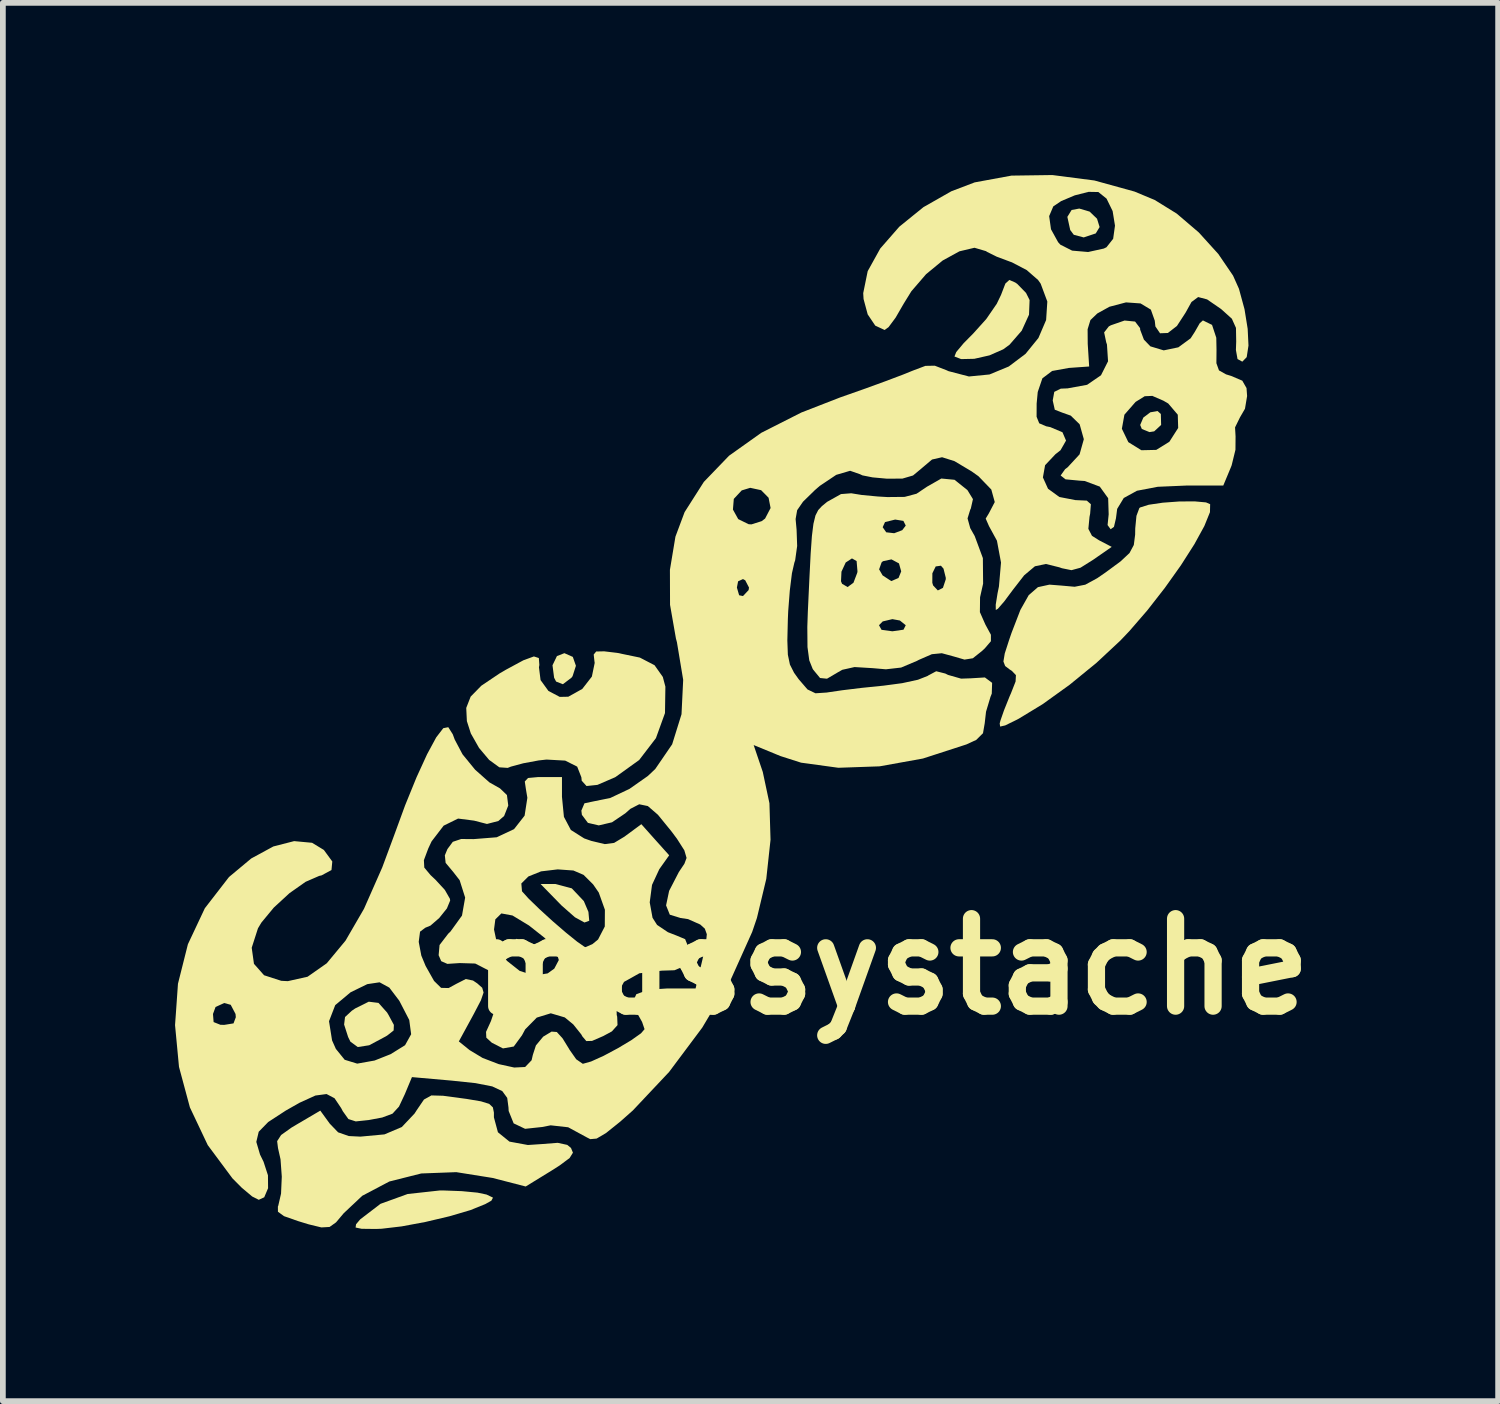
<source format=kicad_pcb>
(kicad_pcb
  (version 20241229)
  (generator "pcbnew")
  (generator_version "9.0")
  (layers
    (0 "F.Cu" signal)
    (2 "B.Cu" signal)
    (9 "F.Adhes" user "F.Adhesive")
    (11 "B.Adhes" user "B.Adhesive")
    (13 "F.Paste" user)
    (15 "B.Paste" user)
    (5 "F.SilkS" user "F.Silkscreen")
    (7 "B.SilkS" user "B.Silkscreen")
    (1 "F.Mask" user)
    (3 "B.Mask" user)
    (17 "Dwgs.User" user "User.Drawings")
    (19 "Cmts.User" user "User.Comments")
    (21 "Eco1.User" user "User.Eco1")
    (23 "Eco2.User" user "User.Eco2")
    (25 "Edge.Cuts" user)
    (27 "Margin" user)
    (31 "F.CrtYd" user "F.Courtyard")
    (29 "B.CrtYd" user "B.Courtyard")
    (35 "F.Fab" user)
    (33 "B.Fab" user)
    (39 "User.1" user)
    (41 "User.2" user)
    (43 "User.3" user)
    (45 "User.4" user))
  (footprint "mussystache"
    (layer "F.Cu")
    (at 12.499 13.792)
    (property "Reference" "mussystache" (at 0 0 0) (layer "F.SilkS") (effects (font (size 1.524 1.524) (thickness 0.3))))
    (attr board_only exclude_from_pos_files exclude_from_bom)
    (fp_poly (pts (xy -6.431 -0.44) (xy -6.329 -0.355) (xy -6.216 -0.226) (xy -6.226 -0.175) (xy -6.278 -0.169) (xy -6.443 -0.23) (xy -6.521 -0.298) (xy -6.594 -0.433) (xy -6.552 -0.484)) (stroke (width 0) (type solid)) (fill yes) (layer "F.SilkS"))
    (fp_poly (pts (xy 4.678 -9.629) (xy 4.683 -9.438) (xy 4.562 -9.326) (xy 4.48 -9.313) (xy 4.347 -9.367) (xy 4.318 -9.437) (xy 4.373 -9.566) (xy 4.495 -9.658) (xy 4.62 -9.68)) (stroke (width 0) (type solid)) (fill yes) (layer "F.SilkS"))
    (fp_poly (pts (xy -5.586 -1.363) (xy -5.376 -1.141) (xy -5.296 -0.953) (xy -5.282 -0.798) (xy -5.365 -0.768) (xy -5.531 -0.859) (xy -5.766 -1.066) (xy -5.8 -1.101) (xy -6.13 -1.439) (xy -5.872 -1.439)) (stroke (width 0) (type solid)) (fill yes) (layer "F.SilkS"))
    (fp_poly (pts (xy -5.568 -5.396) (xy -5.514 -5.241) (xy -5.572 -5.06) (xy -5.591 -5.034) (xy -5.741 -4.92) (xy -5.859 -4.966) (xy -5.894 -5.033) (xy -5.922 -5.25) (xy -5.845 -5.41) (xy -5.715 -5.461)) (stroke (width 0) (type solid)) (fill yes) (layer "F.SilkS"))
    (fp_poly (pts (xy 3.437 -13.155) (xy 3.566 -13.031) (xy 3.611 -12.886) (xy 3.544 -12.775) (xy 3.334 -12.705) (xy 3.161 -12.751) (xy 3.099 -12.834) (xy 3.049 -13.063) (xy 3.123 -13.183) (xy 3.257 -13.208)) (stroke (width 0) (type solid)) (fill yes) (layer "F.SilkS"))
    (fp_poly (pts (xy -8.954 0.633) (xy -8.804 0.801) (xy -8.779 0.843) (xy -8.686 1.016) (xy -8.69 1.113) (xy -8.8 1.2) (xy -8.824 1.215) (xy -9.116 1.371) (xy -9.315 1.402) (xy -9.443 1.309) (xy -9.483 1.228) (xy -9.553 1.01) (xy -9.537 0.879) (xy -9.418 0.769) (xy -9.359 0.729) (xy -9.124 0.612)) (stroke (width 0) (type solid)) (fill yes) (layer "F.SilkS"))
    (fp_poly (pts (xy -7.826 3.901) (xy -7.503 3.913) (xy -7.23 3.939) (xy -7.072 3.972) (xy -6.959 4.026) (xy -6.987 4.079) (xy -7.094 4.139) (xy -7.351 4.243) (xy -7.718 4.351) (xy -8.137 4.45) (xy -8.55 4.527) (xy -8.899 4.568) (xy -9.001 4.572) (xy -9.248 4.569) (xy -9.353 4.547) (xy -9.345 4.49) (xy -9.273 4.405) (xy -8.919 4.134) (xy -8.447 3.963) (xy -7.884 3.901)) (stroke (width 0) (type solid)) (fill yes) (layer "F.SilkS"))
    (fp_poly (pts (xy 2.14 -11.92) (xy 2.175 -11.896) (xy 2.329 -11.738) (xy 2.391 -11.614) (xy 2.381 -11.359) (xy 2.254 -11.08) (xy 2.042 -10.836) (xy 1.931 -10.755) (xy 1.692 -10.65) (xy 1.427 -10.59) (xy 1.198 -10.585) (xy 1.082 -10.63) (xy 1.113 -10.708) (xy 1.242 -10.862) (xy 1.41 -11.032) (xy 1.636 -11.283) (xy 1.819 -11.549) (xy 1.893 -11.703) (xy 1.969 -11.901) (xy 2.038 -11.964)) (stroke (width 0) (type solid)) (fill yes) (layer "F.SilkS"))
    (fp_poly (pts (xy -4.795 -5.466) (xy -4.4 -5.384) (xy -4.144 -5.251) (xy -4 -5.047) (xy -3.955 -4.878) (xy -3.962 -4.417) (xy -4.12 -3.98) (xy -4.412 -3.599) (xy -4.821 -3.305) (xy -4.833 -3.298) (xy -5.139 -3.166) (xy -5.329 -3.146) (xy -5.413 -3.238) (xy -5.419 -3.299) (xy -5.492 -3.484) (xy -5.701 -3.589) (xy -6.027 -3.607) (xy -6.163 -3.592) (xy -6.432 -3.542) (xy -6.647 -3.484) (xy -6.702 -3.462) (xy -6.848 -3.472) (xy -7.026 -3.601) (xy -7.202 -3.81) (xy -7.345 -4.062) (xy -7.414 -4.277) (xy -7.425 -4.507) (xy -7.348 -4.704) (xy -7.162 -4.894) (xy -6.844 -5.108) (xy -6.731 -5.174) (xy -6.429 -5.337) (xy -6.246 -5.404) (xy -6.16 -5.376) (xy -6.151 -5.256) (xy -6.158 -5.215) (xy -6.13 -4.992) (xy -5.993 -4.803) (xy -5.796 -4.699) (xy -5.647 -4.702) (xy -5.403 -4.838) (xy -5.236 -5.053) (xy -5.187 -5.291) (xy -5.191 -5.319) (xy -5.204 -5.437) (xy -5.161 -5.49) (xy -5.022 -5.493)) (stroke (width 0) (type solid)) (fill yes) (layer "F.SilkS"))
    (fp_poly (pts (xy 5.465 -8.088) (xy 5.537 -8.057) (xy 5.534 -7.918) (xy 5.436 -7.676) (xy 5.262 -7.359) (xy 5.027 -6.991) (xy 4.748 -6.599) (xy 4.444 -6.209) (xy 4.13 -5.846) (xy 3.973 -5.681) (xy 3.557 -5.293) (xy 3.088 -4.91) (xy 2.618 -4.572) (xy 2.202 -4.319) (xy 2.168 -4.301) (xy 1.966 -4.202) (xy 1.878 -4.182) (xy 1.87 -4.237) (xy 1.884 -4.289) (xy 1.946 -4.467) (xy 2.043 -4.709) (xy 2.066 -4.761) (xy 2.147 -4.967) (xy 2.153 -5.078) (xy 2.081 -5.153) (xy 2.045 -5.176) (xy 1.965 -5.237) (xy 1.935 -5.316) (xy 1.958 -5.455) (xy 2.036 -5.697) (xy 2.077 -5.816) (xy 2.231 -6.215) (xy 2.376 -6.472) (xy 2.536 -6.611) (xy 2.737 -6.655) (xy 2.942 -6.639) (xy 3.176 -6.618) (xy 3.361 -6.654) (xy 3.569 -6.767) (xy 3.71 -6.864) (xy 3.976 -7.06) (xy 4.132 -7.206) (xy 4.207 -7.346) (xy 4.23 -7.525) (xy 4.232 -7.636) (xy 4.253 -7.854) (xy 4.303 -7.988) (xy 4.315 -7.999) (xy 4.467 -8.047) (xy 4.712 -8.083) (xy 4.997 -8.104) (xy 5.265 -8.106)) (stroke (width 0) (type solid)) (fill yes) (layer "F.SilkS"))
    (fp_poly (pts (xy -7.828 2.251) (xy -7.806 2.254) (xy -7.418 2.306) (xy -7.169 2.348) (xy -7.026 2.392) (xy -6.961 2.453) (xy -6.943 2.544) (xy -6.943 2.627) (xy -6.873 2.887) (xy -6.672 3.05) (xy -6.351 3.109) (xy -6.113 3.093) (xy -5.831 3.071) (xy -5.665 3.107) (xy -5.6 3.16) (xy -5.566 3.243) (xy -5.624 3.336) (xy -5.797 3.465) (xy -5.943 3.558) (xy -6.389 3.832) (xy -6.966 3.683) (xy -7.599 3.582) (xy -8.209 3.605) (xy -8.765 3.745) (xy -9.237 3.994) (xy -9.559 4.297) (xy -9.694 4.457) (xy -9.806 4.537) (xy -9.949 4.545) (xy -10.172 4.491) (xy -10.358 4.434) (xy -10.6 4.349) (xy -10.706 4.272) (xy -10.707 4.181) (xy -10.7 4.165) (xy -10.652 3.956) (xy -10.639 3.661) (xy -10.661 3.359) (xy -10.705 3.162) (xy -10.72 3.042) (xy -10.651 2.935) (xy -10.469 2.805) (xy -10.368 2.745) (xy -9.968 2.51) (xy -9.803 2.737) (xy -9.658 2.888) (xy -9.471 2.953) (xy -9.269 2.963) (xy -8.85 2.924) (xy -8.548 2.796) (xy -8.326 2.561) (xy -8.29 2.505) (xy -8.162 2.317) (xy -8.032 2.245)) (stroke (width 0) (type solid)) (fill yes) (layer "F.SilkS"))
    (fp_poly (pts (xy 5.57 -11.181) (xy 5.644 -10.957) (xy 5.648 -10.75) (xy 5.646 -10.513) (xy 5.691 -10.388) (xy 5.814 -10.319) (xy 5.905 -10.291) (xy 6.097 -10.209) (xy 6.171 -10.08) (xy 6.181 -9.941) (xy 6.144 -9.72) (xy 6.057 -9.57) (xy 5.971 -9.395) (xy 5.98 -9.237) (xy 5.978 -9.005) (xy 5.912 -8.735) (xy 5.896 -8.694) (xy 5.766 -8.382) (xy 5.132 -8.382) (xy 4.623 -8.36) (xy 4.262 -8.291) (xy 4.032 -8.165) (xy 3.917 -7.975) (xy 3.896 -7.811) (xy 3.861 -7.662) (xy 3.803 -7.62) (xy 3.75 -7.693) (xy 3.769 -7.88) (xy 3.76 -8.161) (xy 3.614 -8.363) (xy 3.351 -8.461) (xy 3.261 -8.467) (xy 3.016 -8.49) (xy 2.932 -8.557) (xy 3.01 -8.667) (xy 3.054 -8.7) (xy 3.262 -8.925) (xy 3.336 -9.189) (xy 3.285 -9.371) (xy 3.999 -9.371) (xy 4.111 -9.139) (xy 4.113 -9.137) (xy 4.339 -8.997) (xy 4.598 -9.003) (xy 4.826 -9.144) (xy 4.98 -9.385) (xy 4.973 -9.616) (xy 4.807 -9.811) (xy 4.723 -9.86) (xy 4.529 -9.944) (xy 4.397 -9.938) (xy 4.241 -9.841) (xy 4.236 -9.837) (xy 4.043 -9.616) (xy 3.999 -9.371) (xy 3.285 -9.371) (xy 3.264 -9.446) (xy 3.26 -9.452) (xy 3.108 -9.6) (xy 2.961 -9.652) (xy 2.83 -9.703) (xy 2.794 -9.864) (xy 2.821 -10.014) (xy 2.934 -10.07) (xy 3.054 -10.075) (xy 3.393 -10.137) (xy 3.635 -10.303) (xy 3.758 -10.547) (xy 3.739 -10.84) (xy 3.726 -10.878) (xy 3.69 -11.05) (xy 3.771 -11.154) (xy 3.807 -11.174) (xy 4.046 -11.257) (xy 4.229 -11.239) (xy 4.316 -11.125) (xy 4.318 -11.096) (xy 4.383 -10.924) (xy 4.496 -10.807) (xy 4.728 -10.737) (xy 4.983 -10.79) (xy 5.197 -10.947) (xy 5.27 -11.06) (xy 5.355 -11.209) (xy 5.411 -11.259)) (stroke (width 0) (type solid)) (fill yes) (layer "F.SilkS"))
    (fp_poly (pts (xy 1.083 -8.482) (xy 1.308 -8.302) (xy 1.404 -8.145) (xy 1.367 -7.981) (xy 1.357 -7.962) (xy 1.31 -7.809) (xy 1.357 -7.639) (xy 1.435 -7.501) (xy 1.577 -7.117) (xy 1.581 -6.672) (xy 1.528 -6.435) (xy 1.525 -6.176) (xy 1.62 -5.961) (xy 1.717 -5.782) (xy 1.717 -5.669) (xy 1.611 -5.545) (xy 1.563 -5.5) (xy 1.402 -5.372) (xy 1.257 -5.349) (xy 1.064 -5.405) (xy 0.862 -5.46) (xy 0.688 -5.443) (xy 0.461 -5.344) (xy 0.427 -5.326) (xy 0.152 -5.21) (xy -0.113 -5.18) (xy -0.345 -5.2) (xy -0.659 -5.219) (xy -0.873 -5.171) (xy -0.952 -5.126) (xy -1.139 -5.016) (xy -1.26 -5.028) (xy -1.377 -5.17) (xy -1.388 -5.186) (xy -1.448 -5.336) (xy -1.479 -5.567) (xy -1.482 -5.914) (xy -1.481 -5.948) (xy -0.233 -5.948) (xy -0.189 -5.868) (xy 0 -5.842) (xy 0.194 -5.87) (xy 0.233 -5.948) (xy 0.131 -6.03) (xy 0 -6.054) (xy -0.168 -6.014) (xy -0.233 -5.948) (xy -1.481 -5.948) (xy -1.473 -6.181) (xy -1.448 -6.714) (xy -0.895 -6.714) (xy -0.877 -6.67) (xy -0.78 -6.613) (xy -0.678 -6.688) (xy -0.678 -6.688) (xy 0.696 -6.688) (xy 0.71 -6.641) (xy 0.792 -6.554) (xy 0.881 -6.599) (xy 0.93 -6.746) (xy 0.931 -6.773) (xy 0.891 -6.934) (xy 0.846 -6.985) (xy 0.755 -6.972) (xy 0.697 -6.853) (xy 0.696 -6.688) (xy -0.678 -6.688) (xy -0.612 -6.861) (xy -0.608 -6.886) (xy -0.611 -6.921) (xy -0.231 -6.921) (xy -0.17 -6.816) (xy -0.019 -6.717) (xy 0.107 -6.771) (xy 0.154 -6.886) (xy 0.115 -7.025) (xy -0.016 -7.095) (xy -0.164 -7.063) (xy -0.188 -7.042) (xy -0.231 -6.921) (xy -0.611 -6.921) (xy -0.623 -7.066) (xy -0.704 -7.112) (xy -0.813 -7.041) (xy -0.887 -6.881) (xy -0.895 -6.714) (xy -1.448 -6.714) (xy -1.446 -6.758) (xy -1.424 -7.191) (xy -1.402 -7.502) (xy -1.383 -7.656) (xy -0.169 -7.656) (xy -0.107 -7.567) (xy 0.032 -7.551) (xy 0.172 -7.604) (xy 0.233 -7.684) (xy 0.192 -7.766) (xy 0.049 -7.789) (xy -0.128 -7.745) (xy -0.169 -7.656) (xy -1.383 -7.656) (xy -1.375 -7.717) (xy -1.34 -7.86) (xy -1.292 -7.954) (xy -1.227 -8.024) (xy -1.141 -8.094) (xy -1.138 -8.097) (xy -0.895 -8.233) (xy -0.717 -8.247) (xy -0.531 -8.217) (xy -0.255 -8.191) (xy -0.087 -8.181) (xy 0.214 -8.184) (xy 0.421 -8.239) (xy 0.604 -8.362) (xy 0.853 -8.504)) (stroke (width 0) (type solid)) (fill yes) (layer "F.SilkS"))
    (fp_poly (pts (xy -5.757 -2.958) (xy -5.723 -2.609) (xy -5.602 -2.38) (xy -5.369 -2.233) (xy -5.246 -2.19) (xy -5.012 -2.134) (xy -4.849 -2.155) (xy -4.668 -2.264) (xy -4.64 -2.285) (xy -4.374 -2.481) (xy -4.132 -2.21) (xy -3.889 -1.939) (xy -4.061 -1.697) (xy -4.188 -1.423) (xy -4.228 -1.119) (xy -4.179 -0.85) (xy -4.1 -0.726) (xy -3.911 -0.599) (xy -3.762 -0.541) (xy -3.611 -0.478) (xy -3.563 -0.359) (xy -3.601 -0.137) (xy -3.609 -0.109) (xy -3.669 0.011) (xy -3.797 0.064) (xy -4.017 0.071) (xy -4.408 0.117) (xy -4.676 0.267) (xy -4.81 0.511) (xy -4.803 0.842) (xy -4.795 0.874) (xy -4.789 1.02) (xy -4.887 1.129) (xy -5.038 1.211) (xy -5.232 1.295) (xy -5.333 1.298) (xy -5.402 1.216) (xy -5.42 1.183) (xy -5.56 1.008) (xy -5.708 0.886) (xy -5.952 0.814) (xy -6.196 0.889) (xy -6.398 1.094) (xy -6.454 1.198) (xy -6.597 1.393) (xy -6.785 1.426) (xy -6.979 1.327) (xy -7.075 1.239) (xy -7.08 1.138) (xy -6.998 0.957) (xy -6.995 0.951) (xy -6.876 0.599) (xy -6.891 0.297) (xy -7.027 0.071) (xy -7.269 -0.053) (xy -7.538 -0.061) (xy -7.754 -0.047) (xy -7.861 -0.094) (xy -7.906 -0.198) (xy -7.89 -0.376) (xy -7.738 -0.574) (xy -7.702 -0.608) (xy -7.674 -0.646) (xy -6.941 -0.646) (xy -6.878 -0.349) (xy -6.717 -0.101) (xy -6.494 0.075) (xy -6.245 0.157) (xy -6.007 0.119) (xy -5.891 0.036) (xy -5.812 -0.114) (xy -5.865 -0.288) (xy -6.061 -0.502) (xy -6.332 -0.716) (xy -6.619 -0.89) (xy -6.813 -0.926) (xy -6.918 -0.823) (xy -6.941 -0.646) (xy -7.674 -0.646) (xy -7.499 -0.889) (xy -7.444 -1.202) (xy -7.522 -1.448) (xy -6.465 -1.448) (xy -6.454 -1.315) (xy -6.452 -1.31) (xy -6.338 -1.184) (xy -6.148 -1) (xy -5.919 -0.791) (xy -5.687 -0.591) (xy -5.49 -0.432) (xy -5.365 -0.345) (xy -5.345 -0.339) (xy -5.224 -0.393) (xy -5.128 -0.472) (xy -5.011 -0.698) (xy -5.009 -0.99) (xy -5.116 -1.29) (xy -5.215 -1.433) (xy -5.381 -1.598) (xy -5.558 -1.674) (xy -5.824 -1.693) (xy -5.836 -1.693) (xy -6.121 -1.659) (xy -6.342 -1.57) (xy -6.465 -1.448) (xy -7.522 -1.448) (xy -7.54 -1.505) (xy -7.652 -1.649) (xy -7.784 -1.807) (xy -7.798 -1.938) (xy -7.753 -2.047) (xy -7.659 -2.174) (xy -7.513 -2.223) (xy -7.297 -2.221) (xy -6.894 -2.253) (xy -6.592 -2.395) (xy -6.408 -2.63) (xy -6.36 -2.941) (xy -6.385 -3.09) (xy -6.405 -3.225) (xy -6.348 -3.286) (xy -6.174 -3.302) (xy -6.098 -3.302) (xy -5.757 -3.302)) (stroke (width 0) (type solid)) (fill yes) (layer "F.SilkS"))
    (fp_poly (pts (xy 3.521 -13.697) (xy 4.22 -13.504) (xy 4.572 -13.357) (xy 4.955 -13.12) (xy 5.339 -12.792) (xy 5.679 -12.417) (xy 5.936 -12.04) (xy 6.039 -11.81) (xy 6.136 -11.454) (xy 6.191 -11.112) (xy 6.205 -10.821) (xy 6.174 -10.619) (xy 6.098 -10.541) (xy 6.096 -10.541) (xy 6.014 -10.586) (xy 5.986 -10.744) (xy 5.991 -10.89) (xy 5.987 -11.129) (xy 5.915 -11.289) (xy 5.735 -11.451) (xy 5.721 -11.462) (xy 5.484 -11.625) (xy 5.328 -11.666) (xy 5.212 -11.58) (xy 5.107 -11.391) (xy 4.958 -11.162) (xy 4.8 -11.04) (xy 4.664 -11.035) (xy 4.583 -11.154) (xy 4.572 -11.255) (xy 4.504 -11.447) (xy 4.324 -11.555) (xy 4.071 -11.573) (xy 3.782 -11.497) (xy 3.571 -11.38) (xy 3.451 -11.265) (xy 3.402 -11.105) (xy 3.404 -10.851) (xy 3.429 -10.456) (xy 3.076 -10.431) (xy 2.784 -10.378) (xy 2.614 -10.25) (xy 2.533 -10.012) (xy 2.514 -9.81) (xy 2.513 -9.58) (xy 2.559 -9.466) (xy 2.681 -9.414) (xy 2.751 -9.4) (xy 2.964 -9.31) (xy 3.026 -9.165) (xy 2.93 -8.997) (xy 2.842 -8.928) (xy 2.661 -8.736) (xy 2.623 -8.523) (xy 2.712 -8.326) (xy 2.91 -8.182) (xy 3.19 -8.128) (xy 3.388 -8.119) (xy 3.459 -8.056) (xy 3.446 -7.891) (xy 3.435 -7.836) (xy 3.415 -7.627) (xy 3.478 -7.506) (xy 3.601 -7.428) (xy 3.822 -7.313) (xy 3.495 -7.086) (xy 3.278 -6.95) (xy 3.121 -6.907) (xy 2.954 -6.941) (xy 2.909 -6.957) (xy 2.675 -7.015) (xy 2.484 -6.975) (xy 2.296 -6.817) (xy 2.101 -6.566) (xy 1.949 -6.362) (xy 1.839 -6.235) (xy 1.802 -6.213) (xy 1.801 -6.306) (xy 1.833 -6.506) (xy 1.857 -6.623) (xy 1.893 -7.04) (xy 1.822 -7.421) (xy 1.684 -7.674) (xy 1.626 -7.806) (xy 1.68 -7.895) (xy 1.784 -8.094) (xy 1.724 -8.312) (xy 1.5 -8.544) (xy 1.382 -8.628) (xy 1.082 -8.807) (xy 0.866 -8.875) (xy 0.691 -8.835) (xy 0.517 -8.688) (xy 0.514 -8.685) (xy 0.36 -8.557) (xy 0.176 -8.503) (xy -0.093 -8.501) (xy -0.345 -8.524) (xy -0.522 -8.559) (xy -0.564 -8.579) (xy -0.736 -8.639) (xy -0.978 -8.568) (xy -1.266 -8.375) (xy -1.352 -8.3) (xy -1.557 -8.1) (xy -1.659 -7.952) (xy -1.686 -7.798) (xy -1.669 -7.611) (xy -1.659 -7.329) (xy -1.694 -7.078) (xy -1.708 -7.037) (xy -1.75 -6.853) (xy -1.787 -6.554) (xy -1.815 -6.193) (xy -1.821 -6.054) (xy -1.83 -5.682) (xy -1.821 -5.434) (xy -1.785 -5.262) (xy -1.713 -5.12) (xy -1.633 -5.008) (xy -1.479 -4.829) (xy -1.34 -4.762) (xy -1.143 -4.775) (xy -1.111 -4.78) (xy -0.872 -4.815) (xy -0.535 -4.856) (xy -0.173 -4.893) (xy -0.161 -4.894) (xy 0.17 -4.938) (xy 0.446 -4.998) (xy 0.614 -5.064) (xy 0.625 -5.072) (xy 0.764 -5.146) (xy 0.922 -5.106) (xy 0.97 -5.082) (xy 1.198 -5.017) (xy 1.37 -5.023) (xy 1.612 -5.038) (xy 1.738 -4.944) (xy 1.732 -4.756) (xy 1.71 -4.701) (xy 1.632 -4.441) (xy 1.609 -4.239) (xy 1.579 -4.066) (xy 1.462 -3.95) (xy 1.291 -3.871) (xy 0.532 -3.625) (xy -0.223 -3.489) (xy -0.941 -3.464) (xy -1.591 -3.553) (xy -1.95 -3.668) (xy -2.417 -3.86) (xy -2.258 -3.391) (xy -2.142 -2.846) (xy -2.123 -2.21) (xy -2.197 -1.528) (xy -2.36 -0.847) (xy -2.443 -0.603) (xy -2.819 0.234) (xy -3.313 1.064) (xy -3.891 1.837) (xy -4.521 2.506) (xy -4.742 2.702) (xy -4.99 2.901) (xy -5.153 2.997) (xy -5.264 3.007) (xy -5.323 2.977) (xy -5.649 2.8) (xy -5.954 2.766) (xy -6.101 2.795) (xy -6.399 2.827) (xy -6.599 2.732) (xy -6.686 2.516) (xy -6.689 2.455) (xy -6.711 2.288) (xy -6.797 2.17) (xy -6.972 2.088) (xy -7.263 2.031) (xy -7.68 1.987) (xy -8.371 1.926) (xy -8.495 2.223) (xy -8.597 2.44) (xy -8.71 2.563) (xy -8.889 2.63) (xy -9.124 2.674) (xy -9.35 2.698) (xy -9.478 2.657) (xy -9.576 2.52) (xy -9.605 2.465) (xy -9.72 2.294) (xy -9.859 2.221) (xy -10.053 2.247) (xy -10.33 2.373) (xy -10.571 2.51) (xy -10.876 2.709) (xy -11.041 2.878) (xy -11.083 3.055) (xy -11.018 3.276) (xy -10.957 3.4) (xy -10.88 3.637) (xy -10.878 3.862) (xy -10.945 4.02) (xy -11.04 4.064) (xy -11.155 4.006) (xy -11.336 3.854) (xy -11.498 3.691) (xy -11.929 3.111) (xy -12.24 2.454) (xy -12.43 1.748) (xy -12.499 1.02) (xy -12.485 0.826) (xy -11.838 0.826) (xy -11.827 0.967) (xy -11.709 1.014) (xy -11.642 1.016) (xy -11.48 0.99) (xy -11.466 0.952) (xy -9.816 0.952) (xy -9.763 1.286) (xy -9.697 1.434) (xy -9.543 1.624) (xy -9.325 1.691) (xy -9.022 1.637) (xy -8.742 1.526) (xy -8.491 1.37) (xy -8.385 1.179) (xy -8.418 0.931) (xy -8.588 0.602) (xy -8.595 0.591) (xy -8.765 0.367) (xy -8.935 0.274) (xy -9.149 0.306) (xy -9.44 0.448) (xy -9.708 0.672) (xy -9.816 0.952) (xy -11.466 0.952) (xy -11.44 0.883) (xy -11.445 0.826) (xy -11.529 0.666) (xy -11.642 0.635) (xy -11.793 0.704) (xy -11.838 0.826) (xy -12.485 0.826) (xy -12.448 0.299) (xy -12.275 -0.389) (xy -11.98 -1.016) (xy -11.564 -1.554) (xy -11.55 -1.568) (xy -11.171 -1.884) (xy -10.786 -2.093) (xy -10.424 -2.186) (xy -10.111 -2.157) (xy -9.906 -2.032) (xy -9.759 -1.831) (xy -9.773 -1.682) (xy -9.946 -1.589) (xy -9.987 -1.58) (xy -10.224 -1.477) (xy -10.505 -1.279) (xy -10.778 -1.028) (xy -10.994 -0.767) (xy -11.054 -0.667) (xy -11.163 -0.328) (xy -11.124 -0.048) (xy -10.948 0.151) (xy -10.648 0.248) (xy -10.534 0.254) (xy -10.19 0.177) (xy -9.856 -0.057) (xy -9.529 -0.451) (xy -9.207 -1.006) (xy -8.889 -1.727) (xy -8.688 -2.269) (xy -8.49 -2.81) (xy -8.292 -3.296) (xy -8.107 -3.7) (xy -7.948 -3.994) (xy -7.825 -4.154) (xy -7.825 -4.154) (xy -7.738 -4.171) (xy -7.66 -4.048) (xy -7.626 -3.956) (xy -7.49 -3.699) (xy -7.271 -3.431) (xy -7.022 -3.21) (xy -6.837 -3.105) (xy -6.716 -2.989) (xy -6.693 -2.806) (xy -6.765 -2.624) (xy -6.866 -2.536) (xy -7.064 -2.485) (xy -7.289 -2.543) (xy -7.567 -2.579) (xy -7.819 -2.455) (xy -8.029 -2.181) (xy -8.087 -2.057) (xy -8.163 -1.854) (xy -8.156 -1.725) (xy -8.048 -1.595) (xy -7.961 -1.513) (xy -7.798 -1.336) (xy -7.71 -1.182) (xy -7.705 -1.151) (xy -7.762 -1.013) (xy -7.896 -0.846) (xy -8.048 -0.714) (xy -8.138 -0.677) (xy -8.23 -0.608) (xy -8.253 -0.431) (xy -8.208 -0.192) (xy -8.133 -0.011) (xy -7.986 0.25) (xy -7.863 0.371) (xy -7.732 0.374) (xy -7.596 0.3) (xy -7.433 0.217) (xy -7.307 0.243) (xy -7.233 0.293) (xy -7.147 0.369) (xy -7.123 0.452) (xy -7.169 0.587) (xy -7.29 0.819) (xy -7.312 0.86) (xy -7.554 1.304) (xy -7.367 1.455) (xy -7.14 1.592) (xy -6.858 1.7) (xy -6.589 1.759) (xy -6.399 1.75) (xy -6.286 1.632) (xy -6.265 1.54) (xy -6.211 1.374) (xy -6.084 1.221) (xy -5.938 1.133) (xy -5.847 1.14) (xy -5.747 1.25) (xy -5.631 1.438) (xy -5.628 1.445) (xy -5.509 1.615) (xy -5.396 1.693) (xy -5.389 1.693) (xy -5.25 1.654) (xy -5.033 1.556) (xy -4.784 1.423) (xy -4.551 1.284) (xy -4.38 1.163) (xy -4.318 1.091) (xy -4.361 0.965) (xy -4.441 0.822) (xy -4.525 0.619) (xy -4.461 0.481) (xy -4.246 0.403) (xy -3.919 0.381) (xy -3.429 0.381) (xy -3.31 -0.119) (xy -3.249 -0.399) (xy -3.233 -0.564) (xy -3.268 -0.661) (xy -3.348 -0.733) (xy -3.56 -0.827) (xy -3.693 -0.847) (xy -3.878 -0.904) (xy -3.943 -1.066) (xy -3.89 -1.319) (xy -3.72 -1.648) (xy -3.624 -1.791) (xy -3.586 -1.893) (xy -3.625 -2.026) (xy -3.754 -2.228) (xy -3.852 -2.359) (xy -4.085 -2.645) (xy -4.261 -2.797) (xy -4.411 -2.828) (xy -4.564 -2.749) (xy -4.654 -2.67) (xy -4.885 -2.514) (xy -5.116 -2.46) (xy -5.305 -2.504) (xy -5.41 -2.644) (xy -5.419 -2.718) (xy -5.365 -2.845) (xy -5.204 -2.879) (xy -4.915 -2.938) (xy -4.581 -3.096) (xy -4.263 -3.319) (xy -4.132 -3.442) (xy -3.837 -3.873) (xy -3.674 -4.397) (xy -3.645 -4.996) (xy -3.754 -5.652) (xy -3.771 -5.715) (xy -3.874 -6.303) (xy -3.875 -6.604) (xy -2.709 -6.604) (xy -2.67 -6.47) (xy -2.603 -6.456) (xy -2.505 -6.56) (xy -2.498 -6.604) (xy -2.564 -6.731) (xy -2.603 -6.752) (xy -2.688 -6.713) (xy -2.709 -6.604) (xy -3.875 -6.604) (xy -3.876 -6.914) (xy -3.78 -7.491) (xy -3.62 -7.919) (xy -3.592 -7.963) (xy -2.778 -7.963) (xy -2.686 -7.797) (xy -2.505 -7.708) (xy -2.455 -7.705) (xy -2.278 -7.761) (xy -2.218 -7.806) (xy -2.122 -7.99) (xy -2.157 -8.169) (xy -2.287 -8.301) (xy -2.477 -8.342) (xy -2.625 -8.297) (xy -2.763 -8.149) (xy -2.778 -7.963) (xy -3.592 -7.963) (xy -3.285 -8.445) (xy -2.846 -8.901) (xy -2.285 -9.3) (xy -1.586 -9.654) (xy -0.91 -9.917) (xy -0.501 -10.061) (xy -0.119 -10.2) (xy 0.188 -10.316) (xy 0.356 -10.384) (xy 0.576 -10.467) (xy 0.739 -10.47) (xy 0.941 -10.392) (xy 0.978 -10.375) (xy 1.334 -10.282) (xy 1.692 -10.317) (xy 2.028 -10.456) (xy 2.32 -10.676) (xy 2.545 -10.953) (xy 2.679 -11.266) (xy 2.7 -11.588) (xy 2.584 -11.899) (xy 2.539 -11.963) (xy 2.341 -12.136) (xy 2.083 -12.271) (xy 2.052 -12.282) (xy 1.819 -12.369) (xy 1.65 -12.453) (xy 1.631 -12.466) (xy 1.431 -12.525) (xy 1.169 -12.463) (xy 0.877 -12.303) (xy 0.587 -12.064) (xy 0.331 -11.767) (xy 0.197 -11.55) (xy 0.057 -11.308) (xy -0.066 -11.142) (xy -0.135 -11.092) (xy -0.298 -11.168) (xy -0.43 -11.364) (xy -0.502 -11.632) (xy -0.508 -11.734) (xy -0.43 -12.117) (xy -0.211 -12.512) (xy 0.121 -12.892) (xy 0.348 -13.076) (xy 2.732 -13.076) (xy 2.764 -12.847) (xy 2.888 -12.622) (xy 2.927 -12.579) (xy 3.132 -12.475) (xy 3.411 -12.451) (xy 3.684 -12.511) (xy 3.731 -12.534) (xy 3.847 -12.681) (xy 3.879 -12.91) (xy 3.838 -13.164) (xy 3.732 -13.381) (xy 3.589 -13.496) (xy 3.419 -13.499) (xy 3.178 -13.438) (xy 2.941 -13.338) (xy 2.804 -13.246) (xy 2.732 -13.076) (xy 0.348 -13.076) (xy 0.542 -13.233) (xy 1.027 -13.509) (xy 1.434 -13.664) (xy 2.075 -13.782) (xy 2.788 -13.792)) (stroke (width 0) (type solid)) (fill yes) (layer "F.SilkS")))
  (gr_rect
    (start -3 -3)
    (end 23.054 21.364)
    (stroke (width 0.1) (type default))
    (fill no)
    (layer "Edge.Cuts")))
</source>
